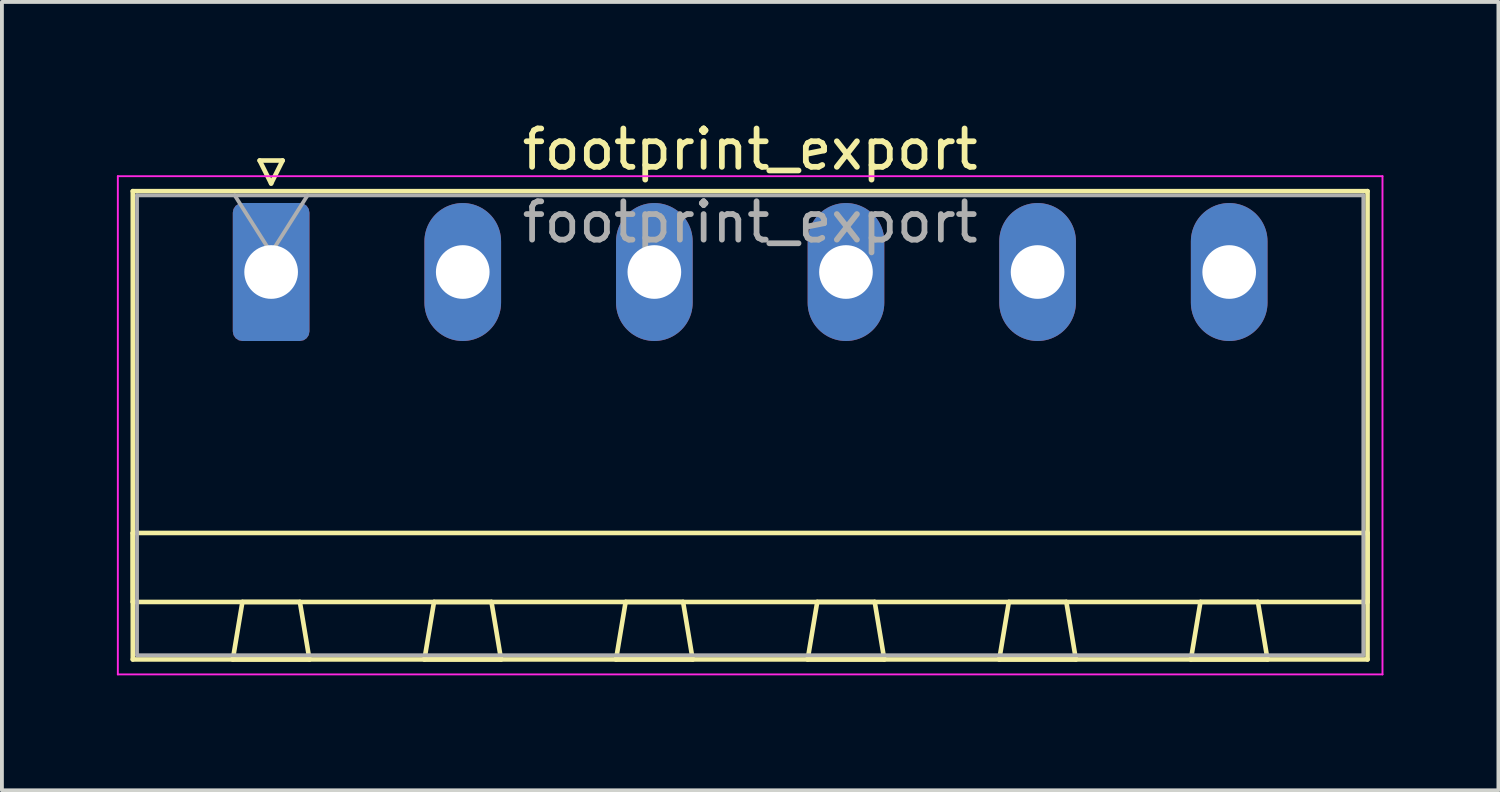
<source format=kicad_pcb>
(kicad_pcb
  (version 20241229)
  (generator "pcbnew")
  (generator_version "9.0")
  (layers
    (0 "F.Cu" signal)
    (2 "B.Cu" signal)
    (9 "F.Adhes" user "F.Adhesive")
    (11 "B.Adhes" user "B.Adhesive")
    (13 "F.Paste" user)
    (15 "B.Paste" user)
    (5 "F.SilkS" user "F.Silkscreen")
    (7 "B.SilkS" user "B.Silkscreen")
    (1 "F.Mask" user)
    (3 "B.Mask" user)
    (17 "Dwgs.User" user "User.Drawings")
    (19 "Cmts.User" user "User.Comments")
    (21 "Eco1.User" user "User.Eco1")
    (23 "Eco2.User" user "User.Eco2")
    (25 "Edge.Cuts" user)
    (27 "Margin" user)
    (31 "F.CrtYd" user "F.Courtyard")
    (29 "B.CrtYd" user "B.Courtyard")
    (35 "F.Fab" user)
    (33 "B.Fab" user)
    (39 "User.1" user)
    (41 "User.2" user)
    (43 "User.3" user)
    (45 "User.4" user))
  (footprint "footprint_export"
    (layer "F.Cu")
    (at 4.025 4.048)
    (property "Reference" "footprint_export" (at 12.5 -3.2 0) (layer "F.SilkS") (effects (font (size 1 1) (thickness 0.15))))
    (attr through_hole)
    (fp_line (start -3.61 -2.11) (end -3.61 10.11) (stroke (width 0.12) (type solid)) (layer "F.SilkS"))
    (fp_line (start -3.61 6.81) (end 28.61 6.81) (stroke (width 0.12) (type solid)) (layer "F.SilkS"))
    (fp_line (start -3.61 8.61) (end -3.61 6.81) (stroke (width 0.12) (type solid)) (layer "F.SilkS"))
    (fp_line (start -3.61 10.11) (end 28.61 10.11) (stroke (width 0.12) (type solid)) (layer "F.SilkS"))
    (fp_line (start -1 10.11) (end 1 10.11) (stroke (width 0.12) (type solid)) (layer "F.SilkS"))
    (fp_line (start -0.75 8.61) (end -1 10.11) (stroke (width 0.12) (type solid)) (layer "F.SilkS"))
    (fp_line (start -0.3 -2.91) (end 0.3 -2.91) (stroke (width 0.12) (type solid)) (layer "F.SilkS"))
    (fp_line (start 0 -2.31) (end -0.3 -2.91) (stroke (width 0.12) (type solid)) (layer "F.SilkS"))
    (fp_line (start 0.3 -2.91) (end 0 -2.31) (stroke (width 0.12) (type solid)) (layer "F.SilkS"))
    (fp_line (start 0.75 8.61) (end -0.75 8.61) (stroke (width 0.12) (type solid)) (layer "F.SilkS"))
    (fp_line (start 1 10.11) (end 0.75 8.61) (stroke (width 0.12) (type solid)) (layer "F.SilkS"))
    (fp_line (start 4 10.11) (end 6 10.11) (stroke (width 0.12) (type solid)) (layer "F.SilkS"))
    (fp_line (start 4.25 8.61) (end 4 10.11) (stroke (width 0.12) (type solid)) (layer "F.SilkS"))
    (fp_line (start 5.75 8.61) (end 4.25 8.61) (stroke (width 0.12) (type solid)) (layer "F.SilkS"))
    (fp_line (start 6 10.11) (end 5.75 8.61) (stroke (width 0.12) (type solid)) (layer "F.SilkS"))
    (fp_line (start 9 10.11) (end 11 10.11) (stroke (width 0.12) (type solid)) (layer "F.SilkS"))
    (fp_line (start 9.25 8.61) (end 9 10.11) (stroke (width 0.12) (type solid)) (layer "F.SilkS"))
    (fp_line (start 10.75 8.61) (end 9.25 8.61) (stroke (width 0.12) (type solid)) (layer "F.SilkS"))
    (fp_line (start 11 10.11) (end 10.75 8.61) (stroke (width 0.12) (type solid)) (layer "F.SilkS"))
    (fp_line (start 14 10.11) (end 16 10.11) (stroke (width 0.12) (type solid)) (layer "F.SilkS"))
    (fp_line (start 14.25 8.61) (end 14 10.11) (stroke (width 0.12) (type solid)) (layer "F.SilkS"))
    (fp_line (start 15.75 8.61) (end 14.25 8.61) (stroke (width 0.12) (type solid)) (layer "F.SilkS"))
    (fp_line (start 16 10.11) (end 15.75 8.61) (stroke (width 0.12) (type solid)) (layer "F.SilkS"))
    (fp_line (start 19 10.11) (end 21 10.11) (stroke (width 0.12) (type solid)) (layer "F.SilkS"))
    (fp_line (start 19.25 8.61) (end 19 10.11) (stroke (width 0.12) (type solid)) (layer "F.SilkS"))
    (fp_line (start 20.75 8.61) (end 19.25 8.61) (stroke (width 0.12) (type solid)) (layer "F.SilkS"))
    (fp_line (start 21 10.11) (end 20.75 8.61) (stroke (width 0.12) (type solid)) (layer "F.SilkS"))
    (fp_line (start 24 10.11) (end 26 10.11) (stroke (width 0.12) (type solid)) (layer "F.SilkS"))
    (fp_line (start 24.25 8.61) (end 24 10.11) (stroke (width 0.12) (type solid)) (layer "F.SilkS"))
    (fp_line (start 25.75 8.61) (end 24.25 8.61) (stroke (width 0.12) (type solid)) (layer "F.SilkS"))
    (fp_line (start 26 10.11) (end 25.75 8.61) (stroke (width 0.12) (type solid)) (layer "F.SilkS"))
    (fp_line (start 28.61 -2.11) (end -3.61 -2.11) (stroke (width 0.12) (type solid)) (layer "F.SilkS"))
    (fp_line (start 28.61 6.81) (end 28.61 8.61) (stroke (width 0.12) (type solid)) (layer "F.SilkS"))
    (fp_line (start 28.61 8.61) (end -3.61 8.61) (stroke (width 0.12) (type solid)) (layer "F.SilkS"))
    (fp_line (start 28.61 10.11) (end 28.61 -2.11) (stroke (width 0.12) (type solid)) (layer "F.SilkS"))
    (fp_line (start -4 -2.5) (end -4 10.5) (stroke (width 0.05) (type solid)) (layer "F.CrtYd"))
    (fp_line (start -4 10.5) (end 29 10.5) (stroke (width 0.05) (type solid)) (layer "F.CrtYd"))
    (fp_line (start 29 -2.5) (end -4 -2.5) (stroke (width 0.05) (type solid)) (layer "F.CrtYd"))
    (fp_line (start 29 10.5) (end 29 -2.5) (stroke (width 0.05) (type solid)) (layer "F.CrtYd"))
    (fp_line (start -3.5 -2) (end -3.5 10) (stroke (width 0.1) (type solid)) (layer "F.Fab"))
    (fp_line (start -3.5 10) (end 28.5 10) (stroke (width 0.1) (type solid)) (layer "F.Fab"))
    (fp_line (start 0 -0.5) (end -0.95 -2) (stroke (width 0.1) (type solid)) (layer "F.Fab"))
    (fp_line (start 0.95 -2) (end 0 -0.5) (stroke (width 0.1) (type solid)) (layer "F.Fab"))
    (fp_line (start 28.5 -2) (end -3.5 -2) (stroke (width 0.1) (type solid)) (layer "F.Fab"))
    (fp_line (start 28.5 10) (end 28.5 -2) (stroke (width 0.1) (type solid)) (layer "F.Fab"))
    (fp_text user "${REFERENCE}" (at 12.5 -1.3 0) (layer "F.Fab") (effects (font (size 1 1) (thickness 0.15))))
    (pad "1" thru_hole roundrect (at 0 0) (size 2 3.6) (drill 1.4) (layers "*.Cu" "*.Mask") (roundrect_rratio 0.125))
    (pad "2" thru_hole oval (at 5 0) (size 2 3.6) (drill 1.4) (layers "*.Cu" "*.Mask"))
    (pad "3" thru_hole oval (at 10 0) (size 2 3.6) (drill 1.4) (layers "*.Cu" "*.Mask"))
    (pad "4" thru_hole oval (at 15 0) (size 2 3.6) (drill 1.4) (layers "*.Cu" "*.Mask"))
    (pad "5" thru_hole oval (at 20 0) (size 2 3.6) (drill 1.4) (layers "*.Cu" "*.Mask"))
    (pad "6" thru_hole oval (at 25 0) (size 2 3.6) (drill 1.4) (layers "*.Cu" "*.Mask")))
  (gr_rect
    (start -3 -3)
    (end 36.05 17.573)
    (stroke (width 0.1) (type default))
    (fill no)
    (layer "Edge.Cuts")))
</source>
